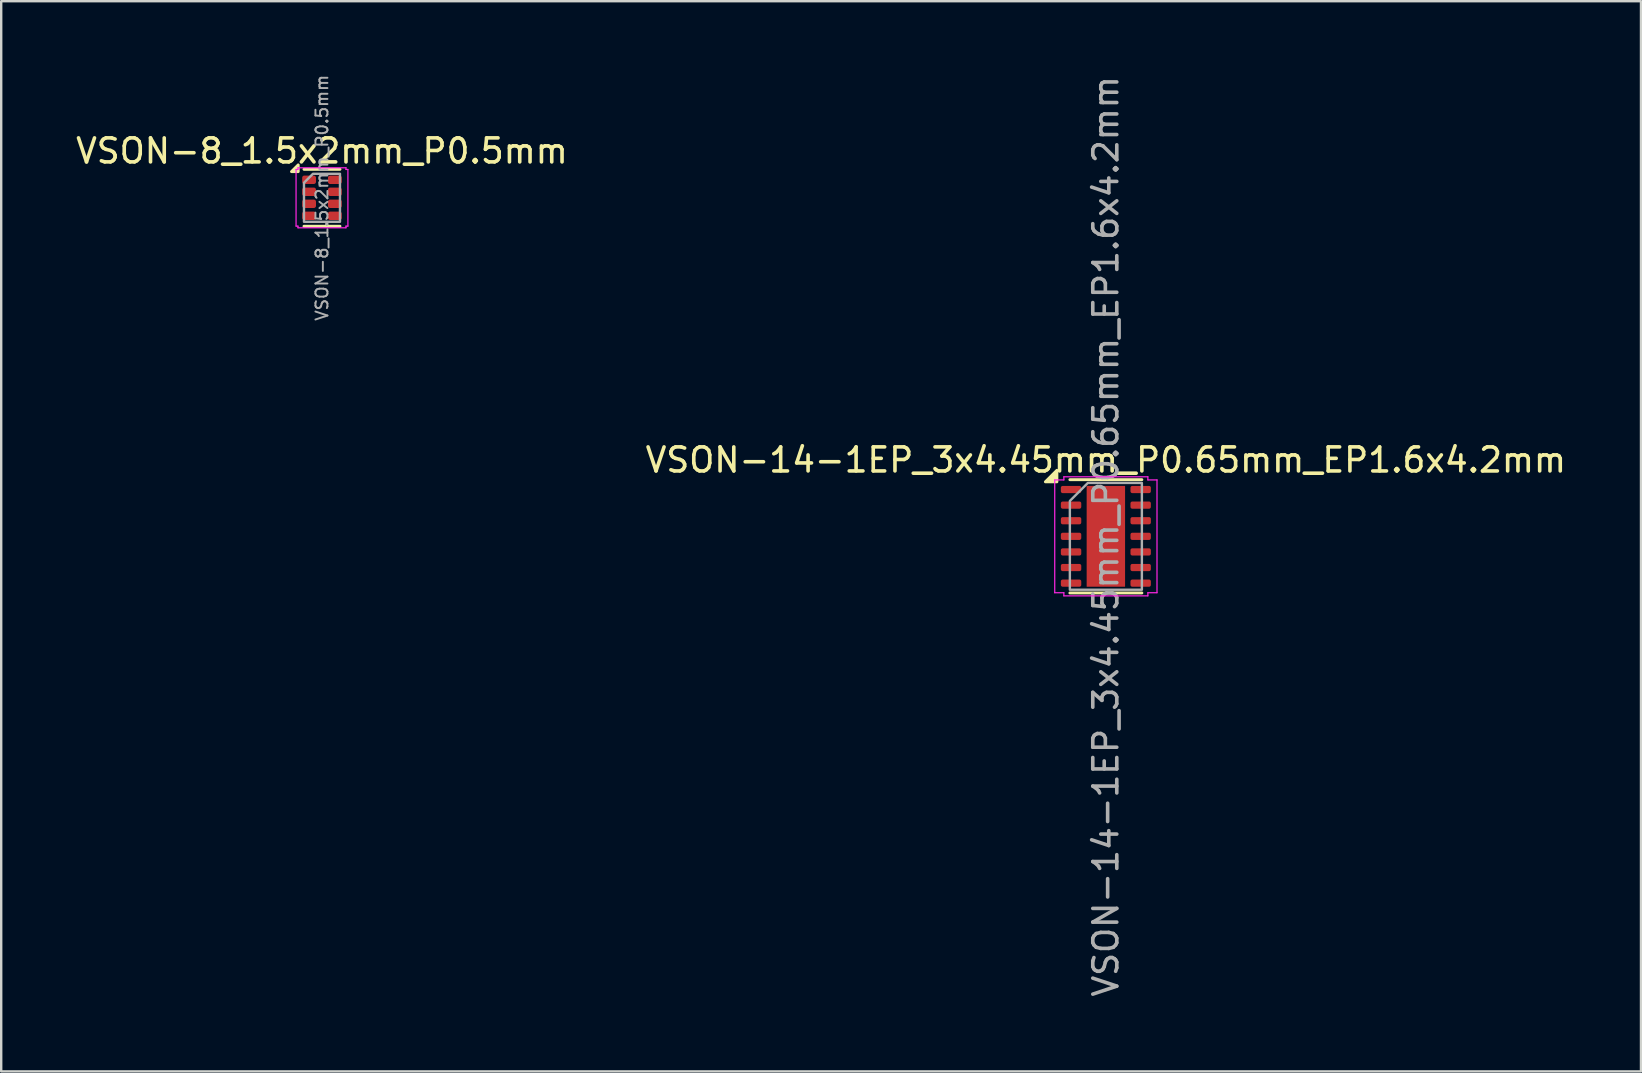
<source format=kicad_pcb>
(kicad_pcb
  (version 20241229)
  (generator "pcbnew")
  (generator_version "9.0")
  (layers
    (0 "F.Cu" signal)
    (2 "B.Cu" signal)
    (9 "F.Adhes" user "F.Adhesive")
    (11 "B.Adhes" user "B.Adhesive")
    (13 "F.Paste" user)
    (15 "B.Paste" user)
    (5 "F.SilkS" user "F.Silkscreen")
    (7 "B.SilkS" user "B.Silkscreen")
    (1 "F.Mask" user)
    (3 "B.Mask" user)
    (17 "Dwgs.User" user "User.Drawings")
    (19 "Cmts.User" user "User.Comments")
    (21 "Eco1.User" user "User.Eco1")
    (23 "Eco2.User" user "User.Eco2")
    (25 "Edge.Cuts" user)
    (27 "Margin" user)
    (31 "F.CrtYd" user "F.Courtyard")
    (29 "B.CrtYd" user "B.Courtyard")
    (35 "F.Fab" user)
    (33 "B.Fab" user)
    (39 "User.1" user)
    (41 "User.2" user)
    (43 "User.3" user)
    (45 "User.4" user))
  (footprint "VSON-8_1.5x2mm_P0.5mm"
    (layer "F.Cu")
    (at 10.363 5.189)
    (property "Reference" "VSON-8_1.5x2mm_P0.5mm" (at 0 -1.95 0) (layer "F.SilkS") (effects (font (size 1 1) (thickness 0.15))))
    (attr smd)
    (fp_line (start -0.75 -1.185) (end 0.75 -1.185) (stroke (width 0.12) (type solid)) (layer "F.SilkS"))
    (fp_line (start -0.75 1.185) (end 0.75 1.185) (stroke (width 0.12) (type solid)) (layer "F.SilkS"))
    (fp_poly (pts (xy -0.99 -1.09) (xy -1.27 -1.09) (xy -0.99 -1.37)) (stroke (width 0.12) (type solid)) (fill yes) (layer "F.SilkS"))
    (fp_line (start -1.08 -1.18) (end -1 -1.18) (stroke (width 0.05) (type solid)) (layer "F.CrtYd"))
    (fp_line (start -1.08 1.18) (end -1.08 -1.18) (stroke (width 0.05) (type solid)) (layer "F.CrtYd"))
    (fp_line (start -1 -1.25) (end 1 -1.25) (stroke (width 0.05) (type solid)) (layer "F.CrtYd"))
    (fp_line (start -1 -1.18) (end -1 -1.25) (stroke (width 0.05) (type solid)) (layer "F.CrtYd"))
    (fp_line (start -1 1.18) (end -1.08 1.18) (stroke (width 0.05) (type solid)) (layer "F.CrtYd"))
    (fp_line (start -1 1.25) (end -1 1.18) (stroke (width 0.05) (type solid)) (layer "F.CrtYd"))
    (fp_line (start 1 -1.25) (end 1 -1.18) (stroke (width 0.05) (type solid)) (layer "F.CrtYd"))
    (fp_line (start 1 -1.18) (end 1.08 -1.18) (stroke (width 0.05) (type solid)) (layer "F.CrtYd"))
    (fp_line (start 1 1.18) (end 1 1.25) (stroke (width 0.05) (type solid)) (layer "F.CrtYd"))
    (fp_line (start 1 1.25) (end -1 1.25) (stroke (width 0.05) (type solid)) (layer "F.CrtYd"))
    (fp_line (start 1.08 -1.18) (end 1.08 1.18) (stroke (width 0.05) (type solid)) (layer "F.CrtYd"))
    (fp_line (start 1.08 1.18) (end 1 1.18) (stroke (width 0.05) (type solid)) (layer "F.CrtYd"))
    (fp_poly (pts (xy -0.75 -0.625) (xy -0.75 1) (xy 0.75 1) (xy 0.75 -1) (xy -0.375 -1)) (stroke (width 0.1) (type solid)) (fill no) (layer "F.Fab"))
    (fp_text user "${REFERENCE}" (at 0 0 90) (layer "F.Fab") (effects (font (size 0.5 0.5) (thickness 0.08))))
    (pad "1" smd roundrect (at -0.537 -0.75) (size 0.575 0.35) (layers "F.Cu" "F.Mask" "F.Paste") (roundrect_rratio 0.25))
    (pad "2" smd roundrect (at -0.537 -0.25) (size 0.575 0.35) (layers "F.Cu" "F.Mask" "F.Paste") (roundrect_rratio 0.25))
    (pad "3" smd roundrect (at -0.537 0.25) (size 0.575 0.35) (layers "F.Cu" "F.Mask" "F.Paste") (roundrect_rratio 0.25))
    (pad "4" smd roundrect (at -0.537 0.75) (size 0.575 0.35) (layers "F.Cu" "F.Mask" "F.Paste") (roundrect_rratio 0.25))
    (pad "5" smd roundrect (at 0.537 0.75) (size 0.575 0.35) (layers "F.Cu" "F.Mask" "F.Paste") (roundrect_rratio 0.25))
    (pad "6" smd roundrect (at 0.537 0.25) (size 0.575 0.35) (layers "F.Cu" "F.Mask" "F.Paste") (roundrect_rratio 0.25))
    (pad "7" smd roundrect (at 0.537 -0.25) (size 0.575 0.35) (layers "F.Cu" "F.Mask" "F.Paste") (roundrect_rratio 0.25))
    (pad "8" smd roundrect (at 0.537 -0.75) (size 0.575 0.35) (layers "F.Cu" "F.Mask" "F.Paste") (roundrect_rratio 0.25)))
  (footprint "VSON-14-1EP_3x4.45mm_P0.65mm_EP1.6x4.2mm"
    (layer "F.Cu")
    (at 43.018 19.292)
    (property "Reference" "VSON-14-1EP_3x4.45mm_P0.65mm_EP1.6x4.2mm" (at 0 -3.18 0) (layer "F.SilkS") (effects (font (size 1 1) (thickness 0.15))))
    (attr smd)
    (fp_line (start -1.5 -2.36) (end 1.5 -2.36) (stroke (width 0.12) (type solid)) (layer "F.SilkS"))
    (fp_line (start -1.5 2.36) (end 1.5 2.36) (stroke (width 0.12) (type solid)) (layer "F.SilkS"))
    (fp_poly (pts (xy -2.04 -2.27) (xy -2.52 -2.27) (xy -2.04 -2.75)) (stroke (width 0.12) (type solid)) (fill yes) (layer "F.SilkS"))
    (fp_line (start -2.13 -2.35) (end -1.75 -2.35) (stroke (width 0.05) (type solid)) (layer "F.CrtYd"))
    (fp_line (start -2.13 2.35) (end -2.13 -2.35) (stroke (width 0.05) (type solid)) (layer "F.CrtYd"))
    (fp_line (start -1.75 -2.48) (end 1.75 -2.48) (stroke (width 0.05) (type solid)) (layer "F.CrtYd"))
    (fp_line (start -1.75 -2.35) (end -1.75 -2.48) (stroke (width 0.05) (type solid)) (layer "F.CrtYd"))
    (fp_line (start -1.75 2.35) (end -2.13 2.35) (stroke (width 0.05) (type solid)) (layer "F.CrtYd"))
    (fp_line (start -1.75 2.48) (end -1.75 2.35) (stroke (width 0.05) (type solid)) (layer "F.CrtYd"))
    (fp_line (start 1.75 -2.48) (end 1.75 -2.35) (stroke (width 0.05) (type solid)) (layer "F.CrtYd"))
    (fp_line (start 1.75 -2.35) (end 2.13 -2.35) (stroke (width 0.05) (type solid)) (layer "F.CrtYd"))
    (fp_line (start 1.75 2.35) (end 1.75 2.48) (stroke (width 0.05) (type solid)) (layer "F.CrtYd"))
    (fp_line (start 1.75 2.48) (end -1.75 2.48) (stroke (width 0.05) (type solid)) (layer "F.CrtYd"))
    (fp_line (start 2.13 -2.35) (end 2.13 2.35) (stroke (width 0.05) (type solid)) (layer "F.CrtYd"))
    (fp_line (start 2.13 2.35) (end 1.75 2.35) (stroke (width 0.05) (type solid)) (layer "F.CrtYd"))
    (fp_poly (pts (xy -1.5 -1.475) (xy -1.5 2.225) (xy 1.5 2.225) (xy 1.5 -2.225) (xy -0.75 -2.225)) (stroke (width 0.1) (type solid)) (fill no) (layer "F.Fab"))
    (fp_text user "${REFERENCE}" (at 0 0 90) (layer "F.Fab") (effects (font (size 1 1) (thickness 0.15))))
    (pad "" smd roundrect (at 0 -1.05) (size 1.29 1.69) (layers "F.Paste") (roundrect_rratio 0.194))
    (pad "" smd roundrect (at 0 1.05) (size 1.29 1.69) (layers "F.Paste") (roundrect_rratio 0.194))
    (pad "1" smd roundrect (at -1.45 -1.95) (size 0.85 0.3) (layers "F.Cu" "F.Mask" "F.Paste") (roundrect_rratio 0.25))
    (pad "2" smd roundrect (at -1.45 -1.3) (size 0.85 0.3) (layers "F.Cu" "F.Mask" "F.Paste") (roundrect_rratio 0.25))
    (pad "3" smd roundrect (at -1.45 -0.65) (size 0.85 0.3) (layers "F.Cu" "F.Mask" "F.Paste") (roundrect_rratio 0.25))
    (pad "4" smd roundrect (at -1.45 0) (size 0.85 0.3) (layers "F.Cu" "F.Mask" "F.Paste") (roundrect_rratio 0.25))
    (pad "5" smd roundrect (at -1.45 0.65) (size 0.85 0.3) (layers "F.Cu" "F.Mask" "F.Paste") (roundrect_rratio 0.25))
    (pad "6" smd roundrect (at -1.45 1.3) (size 0.85 0.3) (layers "F.Cu" "F.Mask" "F.Paste") (roundrect_rratio 0.25))
    (pad "7" smd roundrect (at -1.45 1.95) (size 0.85 0.3) (layers "F.Cu" "F.Mask" "F.Paste") (roundrect_rratio 0.25))
    (pad "8" smd roundrect (at 1.45 1.95) (size 0.85 0.3) (layers "F.Cu" "F.Mask" "F.Paste") (roundrect_rratio 0.25))
    (pad "9" smd roundrect (at 1.45 1.3) (size 0.85 0.3) (layers "F.Cu" "F.Mask" "F.Paste") (roundrect_rratio 0.25))
    (pad "10" smd roundrect (at 1.45 0.65) (size 0.85 0.3) (layers "F.Cu" "F.Mask" "F.Paste") (roundrect_rratio 0.25))
    (pad "11" smd roundrect (at 1.45 0) (size 0.85 0.3) (layers "F.Cu" "F.Mask" "F.Paste") (roundrect_rratio 0.25))
    (pad "12" smd roundrect (at 1.45 -0.65) (size 0.85 0.3) (layers "F.Cu" "F.Mask" "F.Paste") (roundrect_rratio 0.25))
    (pad "13" smd roundrect (at 1.45 -1.3) (size 0.85 0.3) (layers "F.Cu" "F.Mask" "F.Paste") (roundrect_rratio 0.25))
    (pad "14" smd roundrect (at 1.45 -1.95) (size 0.85 0.3) (layers "F.Cu" "F.Mask" "F.Paste") (roundrect_rratio 0.25))
    (pad "15" smd rect (at 0 0) (size 1.6 4.2) (property pad_prop_heatsink) (layers "F.Cu" "F.Mask")))
  (gr_rect
    (start -3 -3)
    (end 65.31 41.583)
    (stroke (width 0.1) (type default))
    (fill no)
    (layer "Edge.Cuts")))
</source>
